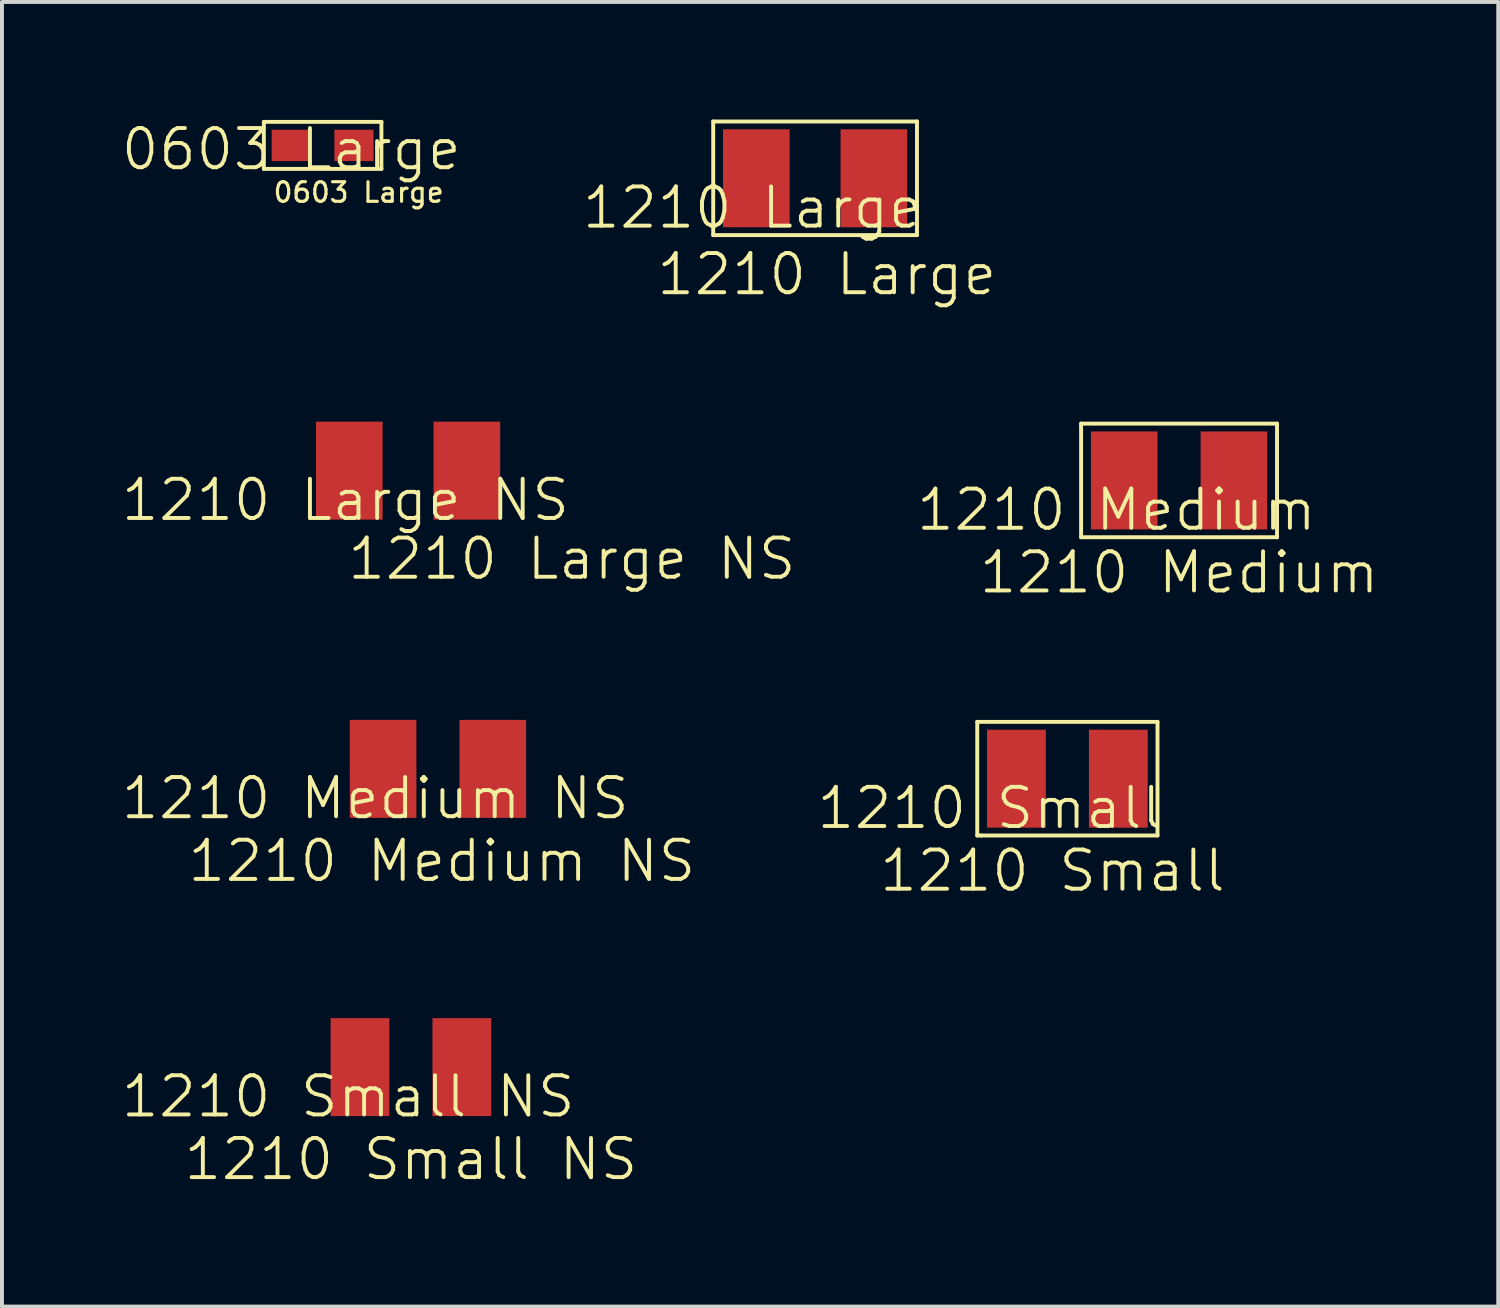
<source format=kicad_pcb>
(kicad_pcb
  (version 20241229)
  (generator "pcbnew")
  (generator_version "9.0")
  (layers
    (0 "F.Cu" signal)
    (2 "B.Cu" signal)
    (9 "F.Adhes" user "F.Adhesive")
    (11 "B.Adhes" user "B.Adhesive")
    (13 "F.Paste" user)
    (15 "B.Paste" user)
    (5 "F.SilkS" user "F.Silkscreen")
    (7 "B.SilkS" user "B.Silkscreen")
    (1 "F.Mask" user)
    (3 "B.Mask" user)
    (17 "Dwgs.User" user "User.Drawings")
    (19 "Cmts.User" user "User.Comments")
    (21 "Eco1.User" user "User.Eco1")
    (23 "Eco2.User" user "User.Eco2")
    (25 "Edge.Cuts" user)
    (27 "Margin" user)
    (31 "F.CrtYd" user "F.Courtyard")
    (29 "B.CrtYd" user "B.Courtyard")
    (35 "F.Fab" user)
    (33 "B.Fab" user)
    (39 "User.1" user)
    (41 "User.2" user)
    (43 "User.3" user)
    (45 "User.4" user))
  (footprint "1210 Medium NS"
    (layer "F.Cu")
    (at 6.526 17.821)
    (property "Reference" "1210 Medium NS" (at 0 -0.5 0) (unlocked yes) (layer "F.SilkS") (effects (font (size 1 1) (thickness 0.1))))
    (attr smd)
    (fp_text user "${REFERENCE}" (at 1.7 1.1 0) (unlocked yes) (layer "F.SilkS") (effects (font (size 1 1) (thickness 0.1))))
    (pad "1" smd rect (at 0.2 -1.25 180) (size 1.7 2.5) (layers "F.Cu" "F.Mask" "F.Paste"))
    (pad "2" smd rect (at 3 -1.25 180) (size 1.7 2.5) (layers "F.Cu" "F.Mask" "F.Paste")))
  (footprint "1210 Large"
    (layer "F.Cu")
    (at 16.15 2.75)
    (property "Reference" "1210 Large" (at 0 -0.5 0) (unlocked yes) (layer "F.SilkS") (effects (font (size 1 1) (thickness 0.1))))
    (attr smd)
    (fp_line (start -1 -2.7) (end 4.2 -2.7) (stroke (width 0.1) (type default)) (layer "F.SilkS"))
    (fp_line (start -1 0.2) (end -1 -2.7) (stroke (width 0.1) (type default)) (layer "F.SilkS"))
    (fp_line (start 4.2 -2.7) (end 4.2 0.2) (stroke (width 0.1) (type default)) (layer "F.SilkS"))
    (fp_line (start 4.2 0.2) (end -1 0.2) (stroke (width 0.1) (type default)) (layer "F.SilkS"))
    (fp_text user "${REFERENCE}" (at 1.9 1.2 0) (unlocked yes) (layer "F.SilkS") (effects (font (size 1 1) (thickness 0.1))))
    (pad "1" smd rect (at 0.1 -1.25 180) (size 1.7 2.5) (layers "F.Cu" "F.Mask" "F.Paste"))
    (pad "2" smd rect (at 3.1 -1.25 180) (size 1.7 2.5) (layers "F.Cu" "F.Mask" "F.Paste")))
  (footprint "1210 Medium"
    (layer "F.Cu")
    (at 25.438 10.46)
    (property "Reference" "1210 Medium" (at 0 -0.5 0) (unlocked yes) (layer "F.SilkS") (effects (font (size 1 1) (thickness 0.1))))
    (attr smd)
    (fp_line (start -0.9 -2.7) (end 4.1 -2.7) (stroke (width 0.1) (type default)) (layer "F.SilkS"))
    (fp_line (start -0.9 0.2) (end -0.9 -2.7) (stroke (width 0.1) (type default)) (layer "F.SilkS"))
    (fp_line (start 4.1 -2.7) (end 4.1 0.2) (stroke (width 0.1) (type default)) (layer "F.SilkS"))
    (fp_line (start 4.1 0.2) (end -0.9 0.2) (stroke (width 0.1) (type default)) (layer "F.SilkS"))
    (fp_text user "${REFERENCE}" (at 1.6 1.1 0) (unlocked yes) (layer "F.SilkS") (effects (font (size 1 1) (thickness 0.1))))
    (pad "1" smd rect (at 0.2 -1.25 180) (size 1.7 2.5) (layers "F.Cu" "F.Mask" "F.Paste"))
    (pad "2" smd rect (at 3 -1.25 180) (size 1.7 2.5) (layers "F.Cu" "F.Mask" "F.Paste")))
  (footprint "0603 Large"
    (layer "F.Cu")
    (at 4.383 1.06)
    (property "Reference" "0603 Large" (at 0 -0.3 0) (unlocked yes) (layer "F.SilkS") (effects (font (size 1 1) (thickness 0.1))))
    (attr smd)
    (fp_line (start -0.7 -1) (end -0.7 0.2) (stroke (width 0.1) (type default)) (layer "F.SilkS"))
    (fp_line (start -0.7 0.2) (end 2.3 0.2) (stroke (width 0.1) (type default)) (layer "F.SilkS"))
    (fp_line (start 2.3 -1) (end -0.7 -1) (stroke (width 0.1) (type default)) (layer "F.SilkS"))
    (fp_line (start 2.3 0.2) (end 2.3 -1) (stroke (width 0.1) (type default)) (layer "F.SilkS"))
    (fp_text user "${REFERENCE}" (at -0.5 0.8 0) (unlocked yes) (layer "F.SilkS") (effects (font (size 0.5 0.5) (thickness 0.08)) (justify left)))
    (pad "1" smd rect (at 0 -0.4) (size 1 0.8) (layers "F.Cu" "F.Mask" "F.Paste"))
    (pad "2" smd rect (at 1.6 -0.4) (size 1 0.8) (layers "F.Cu" "F.Mask" "F.Paste")))
  (footprint "1210 Large NS"
    (layer "F.Cu")
    (at 5.764 10.21)
    (property "Reference" "1210 Large NS" (at 0 -0.5 0) (unlocked yes) (layer "F.SilkS") (effects (font (size 1 1) (thickness 0.1))))
    (attr smd)
    (fp_text user "${REFERENCE}" (at 0 1 0) (unlocked yes) (layer "F.SilkS") (effects (font (size 1 1) (thickness 0.1)) (justify left)))
    (pad "1" smd rect (at 0.1 -1.25 180) (size 1.7 2.5) (layers "F.Cu" "F.Mask" "F.Paste"))
    (pad "2" smd rect (at 3.1 -1.25 180) (size 1.7 2.5) (layers "F.Cu" "F.Mask" "F.Paste")))
  (footprint "1210 Small NS"
    (layer "F.Cu")
    (at 5.836 25.431)
    (property "Reference" "1210 Small NS" (at 0 -0.5 0) (unlocked yes) (layer "F.SilkS") (effects (font (size 1 1) (thickness 0.1))))
    (attr smd)
    (fp_text user "${REFERENCE}" (at 1.6 1.1 0) (unlocked yes) (layer "F.SilkS") (effects (font (size 1 1) (thickness 0.1))))
    (pad "1" smd rect (at 0.3 -1.25 180) (size 1.5 2.5) (layers "F.Cu" "F.Mask" "F.Paste"))
    (pad "2" smd rect (at 2.9 -1.25 180) (size 1.5 2.5) (layers "F.Cu" "F.Mask" "F.Paste")))
  (footprint "1210 Small "
    (layer "F.Cu")
    (at 22.588 18.071)
    (property "Reference" "1210 Small " (at 0 -0.5 0) (unlocked yes) (layer "F.SilkS") (effects (font (size 1 1) (thickness 0.1))))
    (attr smd)
    (fp_line (start -0.7 -2.7) (end 3.9 -2.7) (stroke (width 0.1) (type default)) (layer "F.SilkS"))
    (fp_line (start -0.7 0.2) (end -0.7 -2.7) (stroke (width 0.1) (type default)) (layer "F.SilkS"))
    (fp_line (start -0.6 0.2) (end -0.7 0.2) (stroke (width 0.1) (type default)) (layer "F.SilkS"))
    (fp_line (start 3.9 -2.7) (end 3.9 0.2) (stroke (width 0.1) (type default)) (layer "F.SilkS"))
    (fp_line (start 3.9 0.2) (end -0.6 0.2) (stroke (width 0.1) (type default)) (layer "F.SilkS"))
    (fp_text user "${REFERENCE}" (at 1.6 1.1 0) (unlocked yes) (layer "F.SilkS") (effects (font (size 1 1) (thickness 0.1))))
    (pad "1" smd rect (at 0.3 -1.25 180) (size 1.5 2.5) (layers "F.Cu" "F.Mask" "F.Paste"))
    (pad "2" smd rect (at 2.9 -1.25 180) (size 1.5 2.5) (layers "F.Cu" "F.Mask" "F.Paste")))
  (gr_rect
    (start -3 -3)
    (end 35.183 30.292)
    (stroke (width 0.1) (type default))
    (fill no)
    (layer "Edge.Cuts")))
</source>
